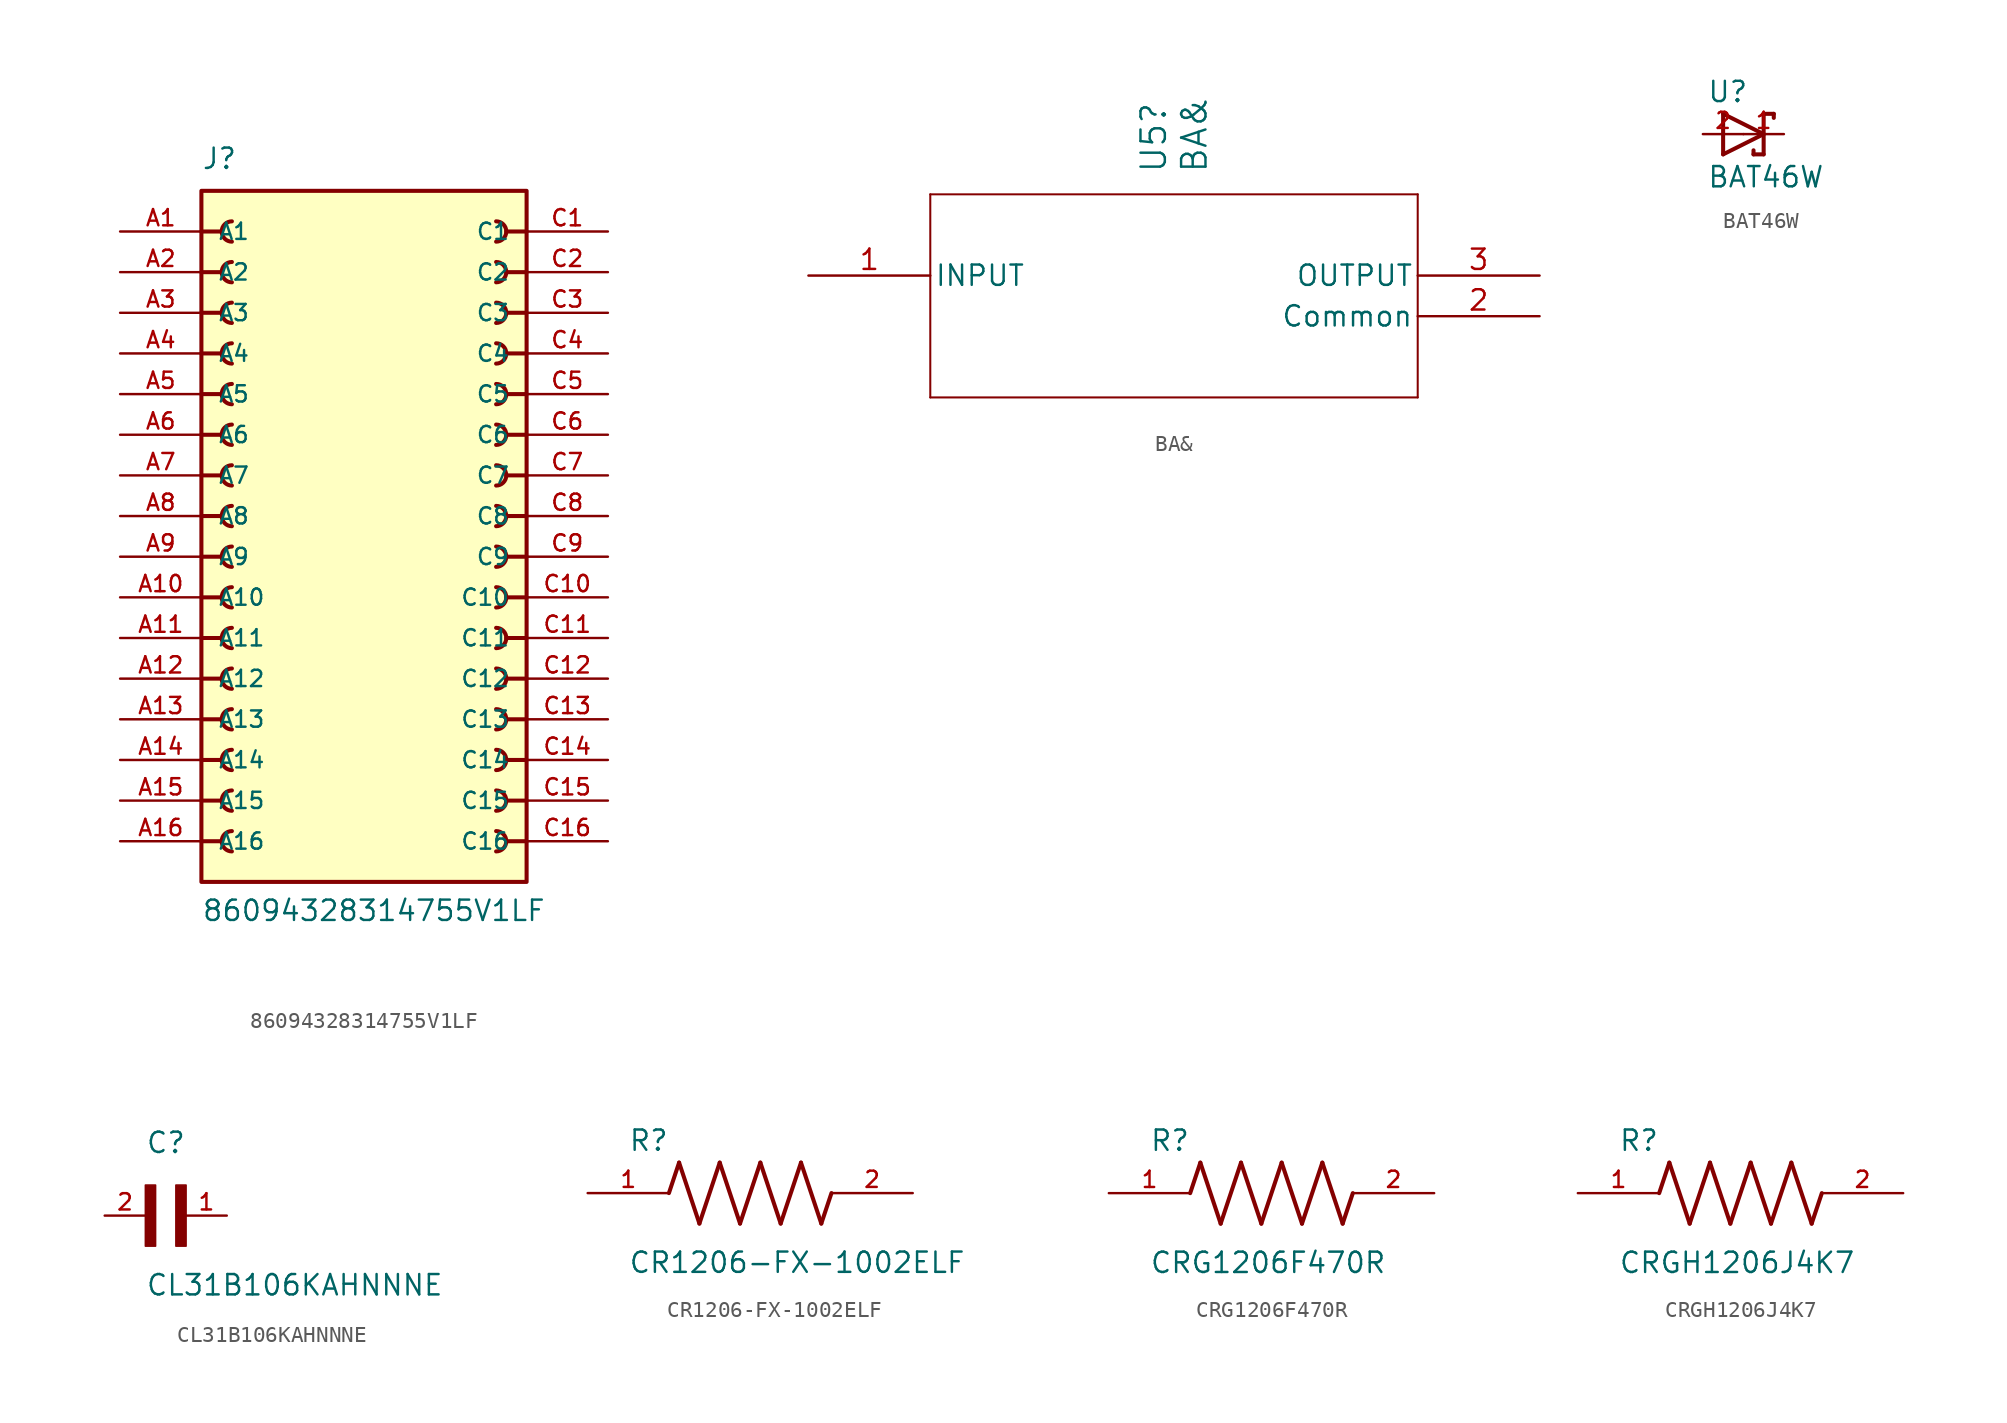
<source format=kicad_sym>
(kicad_symbol_lib
  (version 20241209)
  (generator "kicad_symbol_editor")
  (generator_version "9.0")
  (symbol "86094328314755V1LF"
    (pin_names
      (offset 1.016))
    (property "Reference" "J"
      (at -10.16 21.59 0)
      (effects (font (size 1.27 1.27)) (justify left bottom)))
    (property "Value" "86094328314755V1LF"
      (at -10.16 -25.4 0)
      (effects (font (size 1.27 1.27)) (justify left bottom)))
    (symbol "86094328314755V1LF_0_0"
      (polyline (pts (xy -10.16 17.78) (xy -8.89 17.78)) (stroke (width 0.254) (type default)) (fill (type none)))
      (polyline (pts (xy -10.16 15.24) (xy -8.89 15.24)) (stroke (width 0.254) (type default)) (fill (type none)))
      (polyline (pts (xy -10.16 12.7) (xy -8.89 12.7)) (stroke (width 0.254) (type default)) (fill (type none)))
      (polyline (pts (xy -10.16 10.16) (xy -8.89 10.16)) (stroke (width 0.254) (type default)) (fill (type none)))
      (polyline (pts (xy -10.16 7.62) (xy -8.89 7.62)) (stroke (width 0.254) (type default)) (fill (type none)))
      (polyline (pts (xy -10.16 5.08) (xy -8.89 5.08)) (stroke (width 0.254) (type default)) (fill (type none)))
      (polyline (pts (xy -10.16 2.54) (xy -8.89 2.54)) (stroke (width 0.254) (type default)) (fill (type none)))
      (polyline (pts (xy -10.16 0) (xy -8.89 0)) (stroke (width 0.254) (type default)) (fill (type none)))
      (polyline (pts (xy -10.16 -2.54) (xy -8.89 -2.54)) (stroke (width 0.254) (type default)) (fill (type none)))
      (polyline (pts (xy -10.16 -5.08) (xy -8.89 -5.08)) (stroke (width 0.254) (type default)) (fill (type none)))
      (polyline (pts (xy -10.16 -7.62) (xy -8.89 -7.62)) (stroke (width 0.254) (type default)) (fill (type none)))
      (polyline (pts (xy -10.16 -10.16) (xy -8.89 -10.16)) (stroke (width 0.254) (type default)) (fill (type none)))
      (polyline (pts (xy -10.16 -12.7) (xy -8.89 -12.7)) (stroke (width 0.254) (type default)) (fill (type none)))
      (polyline (pts (xy -10.16 -15.24) (xy -8.89 -15.24)) (stroke (width 0.254) (type default)) (fill (type none)))
      (polyline (pts (xy -10.16 -17.78) (xy -8.89 -17.78)) (stroke (width 0.254) (type default)) (fill (type none)))
      (polyline (pts (xy -10.16 -20.32) (xy -8.89 -20.32)) (stroke (width 0.254) (type default)) (fill (type none)))
      (rectangle (start -10.16 -22.86) (end 10.16 20.32) (stroke (width 0.254) (type default)) (fill (type background)))
      (arc (start -8.255 17.145) (mid -8.8872 17.78) (end -8.255 18.415) (stroke (width 0.254) (type default)) (fill (type none)))
      (arc (start -8.255 14.605) (mid -8.8872 15.24) (end -8.255 15.875) (stroke (width 0.254) (type default)) (fill (type none)))
      (arc (start -8.255 12.065) (mid -8.8872 12.7) (end -8.255 13.335) (stroke (width 0.254) (type default)) (fill (type none)))
      (arc (start -8.255 9.525) (mid -8.8872 10.16) (end -8.255 10.795) (stroke (width 0.254) (type default)) (fill (type none)))
      (arc (start -8.255 6.985) (mid -8.8872 7.62) (end -8.255 8.255) (stroke (width 0.254) (type default)) (fill (type none)))
      (arc (start -8.255 4.445) (mid -8.8872 5.08) (end -8.255 5.715) (stroke (width 0.254) (type default)) (fill (type none)))
      (arc (start -8.255 1.905) (mid -8.8872 2.54) (end -8.255 3.175) (stroke (width 0.254) (type default)) (fill (type none)))
      (arc (start -8.255 -0.635) (mid -8.8872 0) (end -8.255 0.635) (stroke (width 0.254) (type default)) (fill (type none)))
      (arc (start -8.255 -3.175) (mid -8.8872 -2.54) (end -8.255 -1.905) (stroke (width 0.254) (type default)) (fill (type none)))
      (arc (start -8.255 -5.715) (mid -8.8872 -5.08) (end -8.255 -4.445) (stroke (width 0.254) (type default)) (fill (type none)))
      (arc (start -8.255 -8.255) (mid -8.8872 -7.62) (end -8.255 -6.985) (stroke (width 0.254) (type default)) (fill (type none)))
      (arc (start -8.255 -10.795) (mid -8.8872 -10.16) (end -8.255 -9.525) (stroke (width 0.254) (type default)) (fill (type none)))
      (arc (start -8.255 -13.335) (mid -8.8872 -12.7) (end -8.255 -12.065) (stroke (width 0.254) (type default)) (fill (type none)))
      (arc (start -8.255 -15.875) (mid -8.8872 -15.24) (end -8.255 -14.605) (stroke (width 0.254) (type default)) (fill (type none)))
      (arc (start -8.255 -18.415) (mid -8.8872 -17.78) (end -8.255 -17.145) (stroke (width 0.254) (type default)) (fill (type none)))
      (arc (start -8.255 -20.955) (mid -8.8872 -20.32) (end -8.255 -19.685) (stroke (width 0.254) (type default)) (fill (type none)))
      (arc (start 8.255 18.415) (mid 8.8872 17.78) (end 8.255 17.145) (stroke (width 0.254) (type default)) (fill (type none)))
      (arc (start 8.255 15.875) (mid 8.8872 15.24) (end 8.255 14.605) (stroke (width 0.254) (type default)) (fill (type none)))
      (arc (start 8.255 13.335) (mid 8.8872 12.7) (end 8.255 12.065) (stroke (width 0.254) (type default)) (fill (type none)))
      (arc (start 8.255 10.795) (mid 8.8872 10.16) (end 8.255 9.525) (stroke (width 0.254) (type default)) (fill (type none)))
      (arc (start 8.255 8.255) (mid 8.8872 7.62) (end 8.255 6.985) (stroke (width 0.254) (type default)) (fill (type none)))
      (arc (start 8.255 5.715) (mid 8.8872 5.08) (end 8.255 4.445) (stroke (width 0.254) (type default)) (fill (type none)))
      (arc (start 8.255 3.175) (mid 8.8872 2.54) (end 8.255 1.905) (stroke (width 0.254) (type default)) (fill (type none)))
      (arc (start 8.255 0.635) (mid 8.8872 0) (end 8.255 -0.635) (stroke (width 0.254) (type default)) (fill (type none)))
      (arc (start 8.255 -1.905) (mid 8.8872 -2.54) (end 8.255 -3.175) (stroke (width 0.254) (type default)) (fill (type none)))
      (arc (start 8.255 -4.445) (mid 8.8872 -5.08) (end 8.255 -5.715) (stroke (width 0.254) (type default)) (fill (type none)))
      (arc (start 8.255 -6.985) (mid 8.8872 -7.62) (end 8.255 -8.255) (stroke (width 0.254) (type default)) (fill (type none)))
      (arc (start 8.255 -9.525) (mid 8.8872 -10.16) (end 8.255 -10.795) (stroke (width 0.254) (type default)) (fill (type none)))
      (arc (start 8.255 -12.065) (mid 8.8872 -12.7) (end 8.255 -13.335) (stroke (width 0.254) (type default)) (fill (type none)))
      (arc (start 8.255 -14.605) (mid 8.8872 -15.24) (end 8.255 -15.875) (stroke (width 0.254) (type default)) (fill (type none)))
      (arc (start 8.255 -17.145) (mid 8.8872 -17.78) (end 8.255 -18.415) (stroke (width 0.254) (type default)) (fill (type none)))
      (arc (start 8.255 -19.685) (mid 8.8872 -20.32) (end 8.255 -20.955) (stroke (width 0.254) (type default)) (fill (type none)))
      (polyline (pts (xy 10.16 17.78) (xy 8.89 17.78)) (stroke (width 0.254) (type default)) (fill (type none)))
      (polyline (pts (xy 10.16 15.24) (xy 8.89 15.24)) (stroke (width 0.254) (type default)) (fill (type none)))
      (polyline (pts (xy 10.16 12.7) (xy 8.89 12.7)) (stroke (width 0.254) (type default)) (fill (type none)))
      (polyline (pts (xy 10.16 10.16) (xy 8.89 10.16)) (stroke (width 0.254) (type default)) (fill (type none)))
      (polyline (pts (xy 10.16 7.62) (xy 8.89 7.62)) (stroke (width 0.254) (type default)) (fill (type none)))
      (polyline (pts (xy 10.16 5.08) (xy 8.89 5.08)) (stroke (width 0.254) (type default)) (fill (type none)))
      (polyline (pts (xy 10.16 2.54) (xy 8.89 2.54)) (stroke (width 0.254) (type default)) (fill (type none)))
      (polyline (pts (xy 10.16 0) (xy 8.89 0)) (stroke (width 0.254) (type default)) (fill (type none)))
      (polyline (pts (xy 10.16 -2.54) (xy 8.89 -2.54)) (stroke (width 0.254) (type default)) (fill (type none)))
      (polyline (pts (xy 10.16 -5.08) (xy 8.89 -5.08)) (stroke (width 0.254) (type default)) (fill (type none)))
      (polyline (pts (xy 10.16 -7.62) (xy 8.89 -7.62)) (stroke (width 0.254) (type default)) (fill (type none)))
      (polyline (pts (xy 10.16 -10.16) (xy 8.89 -10.16)) (stroke (width 0.254) (type default)) (fill (type none)))
      (polyline (pts (xy 10.16 -12.7) (xy 8.89 -12.7)) (stroke (width 0.254) (type default)) (fill (type none)))
      (polyline (pts (xy 10.16 -15.24) (xy 8.89 -15.24)) (stroke (width 0.254) (type default)) (fill (type none)))
      (polyline (pts (xy 10.16 -17.78) (xy 8.89 -17.78)) (stroke (width 0.254) (type default)) (fill (type none)))
      (polyline (pts (xy 10.16 -20.32) (xy 8.89 -20.32)) (stroke (width 0.254) (type default)) (fill (type none)))
      (pin passive line (at -15.24 17.78 0) (length 5.08) (name "A1" (effects (font (size 1.016 1.016)))) (number "A1" (effects (font (size 1.016 1.016)))))
      (pin passive line (at -15.24 15.24 0) (length 5.08) (name "A2" (effects (font (size 1.016 1.016)))) (number "A2" (effects (font (size 1.016 1.016)))))
      (pin passive line (at -15.24 12.7 0) (length 5.08) (name "A3" (effects (font (size 1.016 1.016)))) (number "A3" (effects (font (size 1.016 1.016)))))
      (pin passive line (at -15.24 10.16 0) (length 5.08) (name "A4" (effects (font (size 1.016 1.016)))) (number "A4" (effects (font (size 1.016 1.016)))))
      (pin passive line (at -15.24 7.62 0) (length 5.08) (name "A5" (effects (font (size 1.016 1.016)))) (number "A5" (effects (font (size 1.016 1.016)))))
      (pin passive line (at -15.24 5.08 0) (length 5.08) (name "A6" (effects (font (size 1.016 1.016)))) (number "A6" (effects (font (size 1.016 1.016)))))
      (pin passive line (at -15.24 2.54 0) (length 5.08) (name "A7" (effects (font (size 1.016 1.016)))) (number "A7" (effects (font (size 1.016 1.016)))))
      (pin passive line (at -15.24 0 0) (length 5.08) (name "A8" (effects (font (size 1.016 1.016)))) (number "A8" (effects (font (size 1.016 1.016)))))
      (pin passive line (at -15.24 -2.54 0) (length 5.08) (name "A9" (effects (font (size 1.016 1.016)))) (number "A9" (effects (font (size 1.016 1.016)))))
      (pin passive line (at -15.24 -5.08 0) (length 5.08) (name "A10" (effects (font (size 1.016 1.016)))) (number "A10" (effects (font (size 1.016 1.016)))))
      (pin passive line (at -15.24 -7.62 0) (length 5.08) (name "A11" (effects (font (size 1.016 1.016)))) (number "A11" (effects (font (size 1.016 1.016)))))
      (pin passive line (at -15.24 -10.16 0) (length 5.08) (name "A12" (effects (font (size 1.016 1.016)))) (number "A12" (effects (font (size 1.016 1.016)))))
      (pin passive line (at -15.24 -12.7 0) (length 5.08) (name "A13" (effects (font (size 1.016 1.016)))) (number "A13" (effects (font (size 1.016 1.016)))))
      (pin passive line (at -15.24 -15.24 0) (length 5.08) (name "A14" (effects (font (size 1.016 1.016)))) (number "A14" (effects (font (size 1.016 1.016)))))
      (pin passive line (at -15.24 -17.78 0) (length 5.08) (name "A15" (effects (font (size 1.016 1.016)))) (number "A15" (effects (font (size 1.016 1.016)))))
      (pin passive line (at -15.24 -20.32 0) (length 5.08) (name "A16" (effects (font (size 1.016 1.016)))) (number "A16" (effects (font (size 1.016 1.016)))))
      (pin passive line (at 15.24 17.78 180) (length 5.08) (name "C1" (effects (font (size 1.016 1.016)))) (number "C1" (effects (font (size 1.016 1.016)))))
      (pin passive line (at 15.24 15.24 180) (length 5.08) (name "C2" (effects (font (size 1.016 1.016)))) (number "C2" (effects (font (size 1.016 1.016)))))
      (pin passive line (at 15.24 12.7 180) (length 5.08) (name "C3" (effects (font (size 1.016 1.016)))) (number "C3" (effects (font (size 1.016 1.016)))))
      (pin passive line (at 15.24 10.16 180) (length 5.08) (name "C4" (effects (font (size 1.016 1.016)))) (number "C4" (effects (font (size 1.016 1.016)))))
      (pin passive line (at 15.24 7.62 180) (length 5.08) (name "C5" (effects (font (size 1.016 1.016)))) (number "C5" (effects (font (size 1.016 1.016)))))
      (pin passive line (at 15.24 5.08 180) (length 5.08) (name "C6" (effects (font (size 1.016 1.016)))) (number "C6" (effects (font (size 1.016 1.016)))))
      (pin passive line (at 15.24 2.54 180) (length 5.08) (name "C7" (effects (font (size 1.016 1.016)))) (number "C7" (effects (font (size 1.016 1.016)))))
      (pin passive line (at 15.24 0 180) (length 5.08) (name "C8" (effects (font (size 1.016 1.016)))) (number "C8" (effects (font (size 1.016 1.016)))))
      (pin passive line (at 15.24 -2.54 180) (length 5.08) (name "C9" (effects (font (size 1.016 1.016)))) (number "C9" (effects (font (size 1.016 1.016)))))
      (pin passive line (at 15.24 -5.08 180) (length 5.08) (name "C10" (effects (font (size 1.016 1.016)))) (number "C10" (effects (font (size 1.016 1.016)))))
      (pin passive line (at 15.24 -7.62 180) (length 5.08) (name "C11" (effects (font (size 1.016 1.016)))) (number "C11" (effects (font (size 1.016 1.016)))))
      (pin passive line (at 15.24 -10.16 180) (length 5.08) (name "C12" (effects (font (size 1.016 1.016)))) (number "C12" (effects (font (size 1.016 1.016)))))
      (pin passive line (at 15.24 -12.7 180) (length 5.08) (name "C13" (effects (font (size 1.016 1.016)))) (number "C13" (effects (font (size 1.016 1.016)))))
      (pin passive line (at 15.24 -15.24 180) (length 5.08) (name "C14" (effects (font (size 1.016 1.016)))) (number "C14" (effects (font (size 1.016 1.016)))))
      (pin passive line (at 15.24 -17.78 180) (length 5.08) (name "C15" (effects (font (size 1.016 1.016)))) (number "C15" (effects (font (size 1.016 1.016)))))
      (pin passive line (at 15.24 -20.32 180) (length 5.08) (name "C16" (effects (font (size 1.016 1.016)))) (number "C16" (effects (font (size 1.016 1.016)))))))
  (symbol "BA&"
    (pin_names
      (offset 0.254))
    (property "Reference" "U5"
      (at 21.59 6.35 90)
      (effects (font (size 1.524 1.524)) (justify left)))
    (property "Value" "BA&"
      (at 24.13 6.35 90)
      (effects (font (size 1.524 1.524)) (justify left)))
    (property "ki_locked" ""
      (at 0 0 0)
      (effects (font (size 1.27 1.27))))
    (symbol "BA&_0_1"
      (polyline (pts (xy 7.62 5.08) (xy 7.62 -7.62)) (stroke (width 0.127) (type default)) (fill (type none)))
      (polyline (pts (xy 7.62 -7.62) (xy 38.1 -7.62)) (stroke (width 0.127) (type default)) (fill (type none)))
      (polyline (pts (xy 38.1 5.08) (xy 7.62 5.08)) (stroke (width 0.127) (type default)) (fill (type none)))
      (polyline (pts (xy 38.1 -7.62) (xy 38.1 5.08)) (stroke (width 0.127) (type default)) (fill (type none)))
      (pin unspecified line (at 0 0 0) (length 7.62) (name "INPUT" (effects (font (size 1.27 1.27)))) (number "1" (effects (font (size 1.27 1.27)))))
      (pin power_out line (at 45.72 0 180) (length 7.62) (name "OUTPUT" (effects (font (size 1.27 1.27)))) (number "3" (effects (font (size 1.27 1.27))))))
    (symbol "BA&_1_1"
      (pin passive line (at 45.72 -2.54 180) (length 7.62) (name "Common" (effects (font (size 1.27 1.27)))) (number "2" (effects (font (size 1.27 1.27)))))))
  (symbol "BAT46W"
    (pin_names
      (offset 1.016))
    (property "Reference" "U"
      (at -2.29 1.908 0)
      (effects (font (size 1.27 1.27)) (justify left bottom)))
    (property "Value" "BAT46W"
      (at -2.29 -3.435 0)
      (effects (font (size 1.27 1.27)) (justify left bottom)))
    (symbol "BAT46W_0_0"
      (polyline (pts (xy -1.27 1.27) (xy -1.27 -1.27)) (stroke (width 0.254) (type default)) (fill (type none)))
      (polyline (pts (xy -1.27 -1.27) (xy 1.27 0)) (stroke (width 0.254) (type default)) (fill (type none)))
      (polyline (pts (xy 0.635 -1.016) (xy 0.635 -1.27)) (stroke (width 0.254) (type default)) (fill (type none)))
      (polyline (pts (xy 1.27 1.27) (xy 1.27 -1.27)) (stroke (width 0.254) (type default)) (fill (type none)))
      (polyline (pts (xy 1.27 0) (xy -1.27 1.27)) (stroke (width 0.254) (type default)) (fill (type none)))
      (polyline (pts (xy 1.27 -1.27) (xy 0.635 -1.27)) (stroke (width 0.254) (type default)) (fill (type none)))
      (polyline (pts (xy 1.905 1.27) (xy 1.27 1.27)) (stroke (width 0.254) (type default)) (fill (type none)))
      (polyline (pts (xy 1.905 1.27) (xy 1.905 1.016)) (stroke (width 0.254) (type default)) (fill (type none)))
      (pin passive line (at -2.54 0 0) (length 2.54) (name "~" (effects (font (size 1.016 1.016)))) (number "2" (effects (font (size 1.016 1.016)))))
      (pin passive line (at 2.54 0 180) (length 2.54) (name "~" (effects (font (size 1.016 1.016)))) (number "1" (effects (font (size 1.016 1.016)))))))
  (symbol "CL31B106KAHNNNE"
    (pin_names
      (offset 1.016))
    (property "Reference" "C"
      (at 0 3.81 0)
      (effects (font (size 1.27 1.27)) (justify left bottom)))
    (property "Value" "CL31B106KAHNNNE"
      (at 0 -5.08 0)
      (effects (font (size 1.27 1.27)) (justify left bottom)))
    (symbol "CL31B106KAHNNNE_0_0"
      (rectangle (start 0 -1.905) (end 0.635 1.905) (stroke (width 0.1) (type default)) (fill (type outline)))
      (rectangle (start 1.905 -1.905) (end 2.54 1.905) (stroke (width 0.1) (type default)) (fill (type outline)))
      (pin passive line (at -2.54 0 0) (length 2.54) (name "~" (effects (font (size 1.016 1.016)))) (number "2" (effects (font (size 1.016 1.016)))))
      (pin passive line (at 5.08 0 180) (length 2.54) (name "~" (effects (font (size 1.016 1.016)))) (number "1" (effects (font (size 1.016 1.016)))))))
  (symbol "CR1206-FX-1002ELF"
    (pin_names
      (offset 1.016))
    (property "Reference" "R"
      (at -7.624 2.542 0)
      (effects (font (size 1.27 1.27)) (justify left bottom)))
    (property "Value" "CR1206-FX-1002ELF"
      (at -7.63 -5.087 0)
      (effects (font (size 1.27 1.27)) (justify left bottom)))
    (symbol "CR1206-FX-1002ELF_0_0"
      (polyline (pts (xy -5.08 0) (xy -4.445 1.905)) (stroke (width 0.254) (type default)) (fill (type none)))
      (polyline (pts (xy -4.445 1.905) (xy -3.175 -1.905)) (stroke (width 0.254) (type default)) (fill (type none)))
      (polyline (pts (xy -3.175 -1.905) (xy -1.905 1.905)) (stroke (width 0.254) (type default)) (fill (type none)))
      (polyline (pts (xy -1.905 1.905) (xy -0.635 -1.905)) (stroke (width 0.254) (type default)) (fill (type none)))
      (polyline (pts (xy -0.635 -1.905) (xy 0.635 1.905)) (stroke (width 0.254) (type default)) (fill (type none)))
      (polyline (pts (xy 0.635 1.905) (xy 1.905 -1.905)) (stroke (width 0.254) (type default)) (fill (type none)))
      (polyline (pts (xy 1.905 -1.905) (xy 3.175 1.905)) (stroke (width 0.254) (type default)) (fill (type none)))
      (polyline (pts (xy 3.175 1.905) (xy 4.445 -1.905)) (stroke (width 0.254) (type default)) (fill (type none)))
      (polyline (pts (xy 4.445 -1.905) (xy 5.08 0)) (stroke (width 0.254) (type default)) (fill (type none)))
      (pin passive line (at -10.16 0 0) (length 5.08) (name "~" (effects (font (size 1.016 1.016)))) (number "1" (effects (font (size 1.016 1.016)))))
      (pin passive line (at 10.16 0 180) (length 5.08) (name "~" (effects (font (size 1.016 1.016)))) (number "2" (effects (font (size 1.016 1.016)))))))
  (symbol "CRG1206F470R"
    (pin_names
      (offset 1.016))
    (property "Reference" "R"
      (at -7.624 2.542 0)
      (effects (font (size 1.27 1.27)) (justify left bottom)))
    (property "Value" "CRG1206F470R"
      (at -7.63 -5.087 0)
      (effects (font (size 1.27 1.27)) (justify left bottom)))
    (symbol "CRG1206F470R_0_0"
      (polyline (pts (xy -5.08 0) (xy -4.445 1.905)) (stroke (width 0.254) (type default)) (fill (type none)))
      (polyline (pts (xy -4.445 1.905) (xy -3.175 -1.905)) (stroke (width 0.254) (type default)) (fill (type none)))
      (polyline (pts (xy -3.175 -1.905) (xy -1.905 1.905)) (stroke (width 0.254) (type default)) (fill (type none)))
      (polyline (pts (xy -1.905 1.905) (xy -0.635 -1.905)) (stroke (width 0.254) (type default)) (fill (type none)))
      (polyline (pts (xy -0.635 -1.905) (xy 0.635 1.905)) (stroke (width 0.254) (type default)) (fill (type none)))
      (polyline (pts (xy 0.635 1.905) (xy 1.905 -1.905)) (stroke (width 0.254) (type default)) (fill (type none)))
      (polyline (pts (xy 1.905 -1.905) (xy 3.175 1.905)) (stroke (width 0.254) (type default)) (fill (type none)))
      (polyline (pts (xy 3.175 1.905) (xy 4.445 -1.905)) (stroke (width 0.254) (type default)) (fill (type none)))
      (polyline (pts (xy 4.445 -1.905) (xy 5.08 0)) (stroke (width 0.254) (type default)) (fill (type none)))
      (pin passive line (at -10.16 0 0) (length 5.08) (name "~" (effects (font (size 1.016 1.016)))) (number "1" (effects (font (size 1.016 1.016)))))
      (pin passive line (at 10.16 0 180) (length 5.08) (name "~" (effects (font (size 1.016 1.016)))) (number "2" (effects (font (size 1.016 1.016)))))))
  (symbol "CRGH1206J4K7"
    (pin_names
      (offset 1.016))
    (property "Reference" "R"
      (at -7.624 2.542 0)
      (effects (font (size 1.27 1.27)) (justify left bottom)))
    (property "Value" "CRGH1206J4K7"
      (at -7.63 -5.087 0)
      (effects (font (size 1.27 1.27)) (justify left bottom)))
    (symbol "CRGH1206J4K7_0_0"
      (polyline (pts (xy -5.08 0) (xy -4.445 1.905)) (stroke (width 0.254) (type default)) (fill (type none)))
      (polyline (pts (xy -4.445 1.905) (xy -3.175 -1.905)) (stroke (width 0.254) (type default)) (fill (type none)))
      (polyline (pts (xy -3.175 -1.905) (xy -1.905 1.905)) (stroke (width 0.254) (type default)) (fill (type none)))
      (polyline (pts (xy -1.905 1.905) (xy -0.635 -1.905)) (stroke (width 0.254) (type default)) (fill (type none)))
      (polyline (pts (xy -0.635 -1.905) (xy 0.635 1.905)) (stroke (width 0.254) (type default)) (fill (type none)))
      (polyline (pts (xy 0.635 1.905) (xy 1.905 -1.905)) (stroke (width 0.254) (type default)) (fill (type none)))
      (polyline (pts (xy 1.905 -1.905) (xy 3.175 1.905)) (stroke (width 0.254) (type default)) (fill (type none)))
      (polyline (pts (xy 3.175 1.905) (xy 4.445 -1.905)) (stroke (width 0.254) (type default)) (fill (type none)))
      (polyline (pts (xy 4.445 -1.905) (xy 5.08 0)) (stroke (width 0.254) (type default)) (fill (type none)))
      (pin passive line (at -10.16 0 0) (length 5.08) (name "~" (effects (font (size 1.016 1.016)))) (number "1" (effects (font (size 1.016 1.016)))))
      (pin passive line (at 10.16 0 180) (length 5.08) (name "~" (effects (font (size 1.016 1.016)))) (number "2" (effects (font (size 1.016 1.016))))))))
</source>
